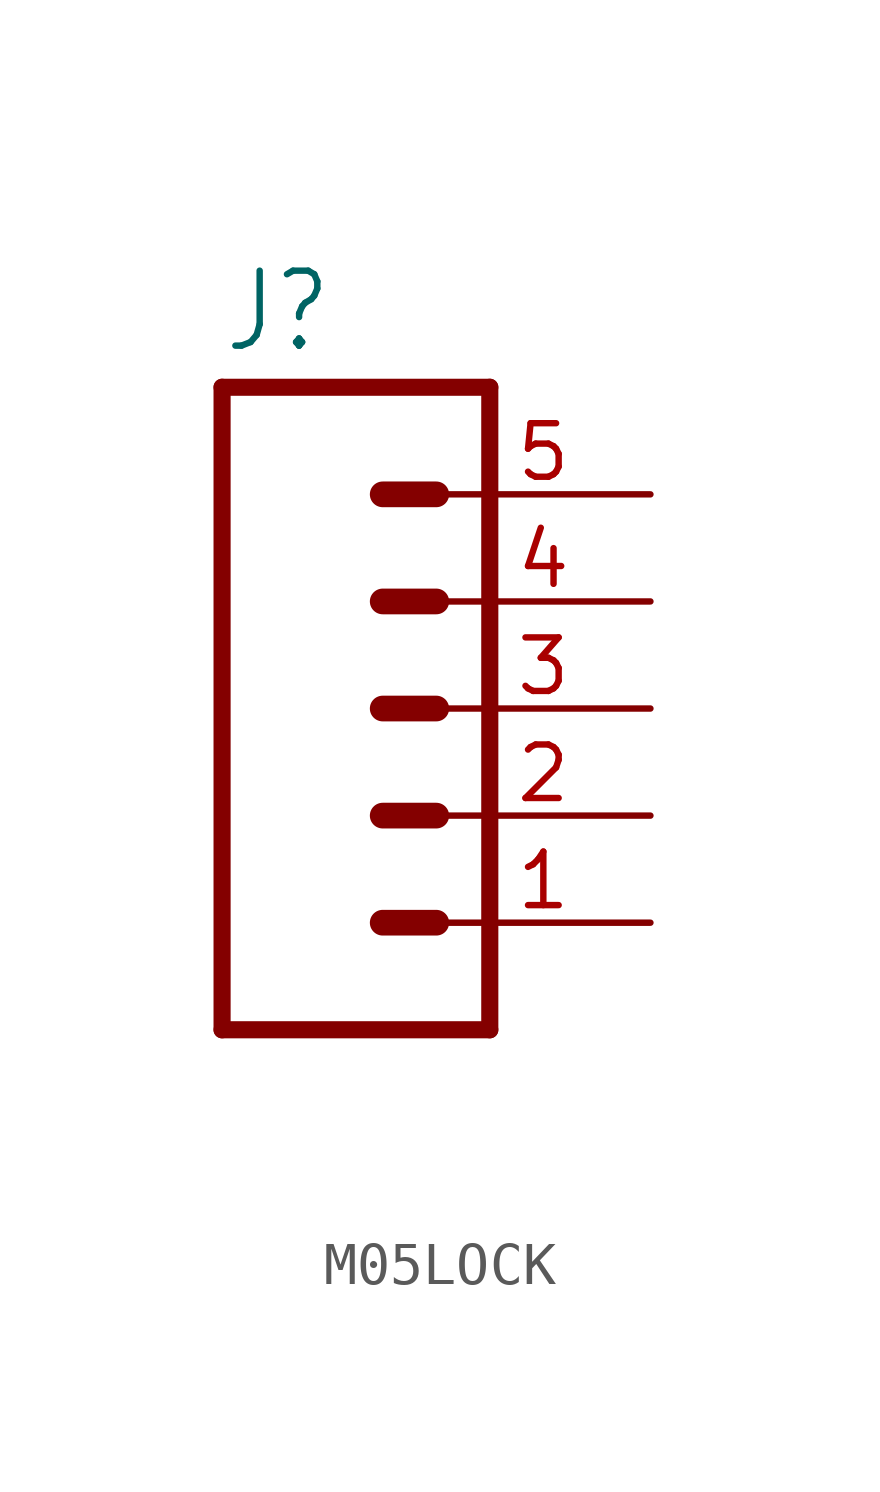
<source format=kicad_sym>
(kicad_symbol_lib
  (version 20220914)
  (generator kicad_symbol_editor)
  (symbol "M05LOCK"
    (property "Reference" "J"
      (at -2.54 8.382 0)
      (effects (font (size 1.778 1.511)) (justify left bottom)))
    (property "Value" ""
      (at -2.54 -10.16 0)
      (effects (font (size 1.778 1.511)) (justify left bottom)))
    (property "ki_locked" ""
      (at 0 0 0)
      (effects (font (size 1.27 1.27))))
    (symbol "M05LOCK_1_0"
      (polyline (pts (xy -2.54 7.62) (xy -2.54 -7.62)) (stroke (width 0.406) (type solid)) (fill (type none)))
      (polyline (pts (xy -2.54 7.62) (xy 3.81 7.62)) (stroke (width 0.406) (type solid)) (fill (type none)))
      (polyline (pts (xy 1.27 -5.08) (xy 2.54 -5.08)) (stroke (width 0.61) (type solid)) (fill (type none)))
      (polyline (pts (xy 1.27 -2.54) (xy 2.54 -2.54)) (stroke (width 0.61) (type solid)) (fill (type none)))
      (polyline (pts (xy 1.27 0) (xy 2.54 0)) (stroke (width 0.61) (type solid)) (fill (type none)))
      (polyline (pts (xy 1.27 2.54) (xy 2.54 2.54)) (stroke (width 0.61) (type solid)) (fill (type none)))
      (polyline (pts (xy 1.27 5.08) (xy 2.54 5.08)) (stroke (width 0.61) (type solid)) (fill (type none)))
      (polyline (pts (xy 3.81 -7.62) (xy -2.54 -7.62)) (stroke (width 0.406) (type solid)) (fill (type none)))
      (polyline (pts (xy 3.81 -7.62) (xy 3.81 7.62)) (stroke (width 0.406) (type solid)) (fill (type none)))
      (pin passive line (at 7.62 -5.08 180) (length 5.08) (name "1" (effects (font (size 0 0)))) (number "1" (effects (font (size 1.27 1.27)))))
      (pin passive line (at 7.62 -2.54 180) (length 5.08) (name "2" (effects (font (size 0 0)))) (number "2" (effects (font (size 1.27 1.27)))))
      (pin passive line (at 7.62 0 180) (length 5.08) (name "3" (effects (font (size 0 0)))) (number "3" (effects (font (size 1.27 1.27)))))
      (pin passive line (at 7.62 2.54 180) (length 5.08) (name "4" (effects (font (size 0 0)))) (number "4" (effects (font (size 1.27 1.27)))))
      (pin passive line (at 7.62 5.08 180) (length 5.08) (name "5" (effects (font (size 0 0)))) (number "5" (effects (font (size 1.27 1.27))))))))
</source>
